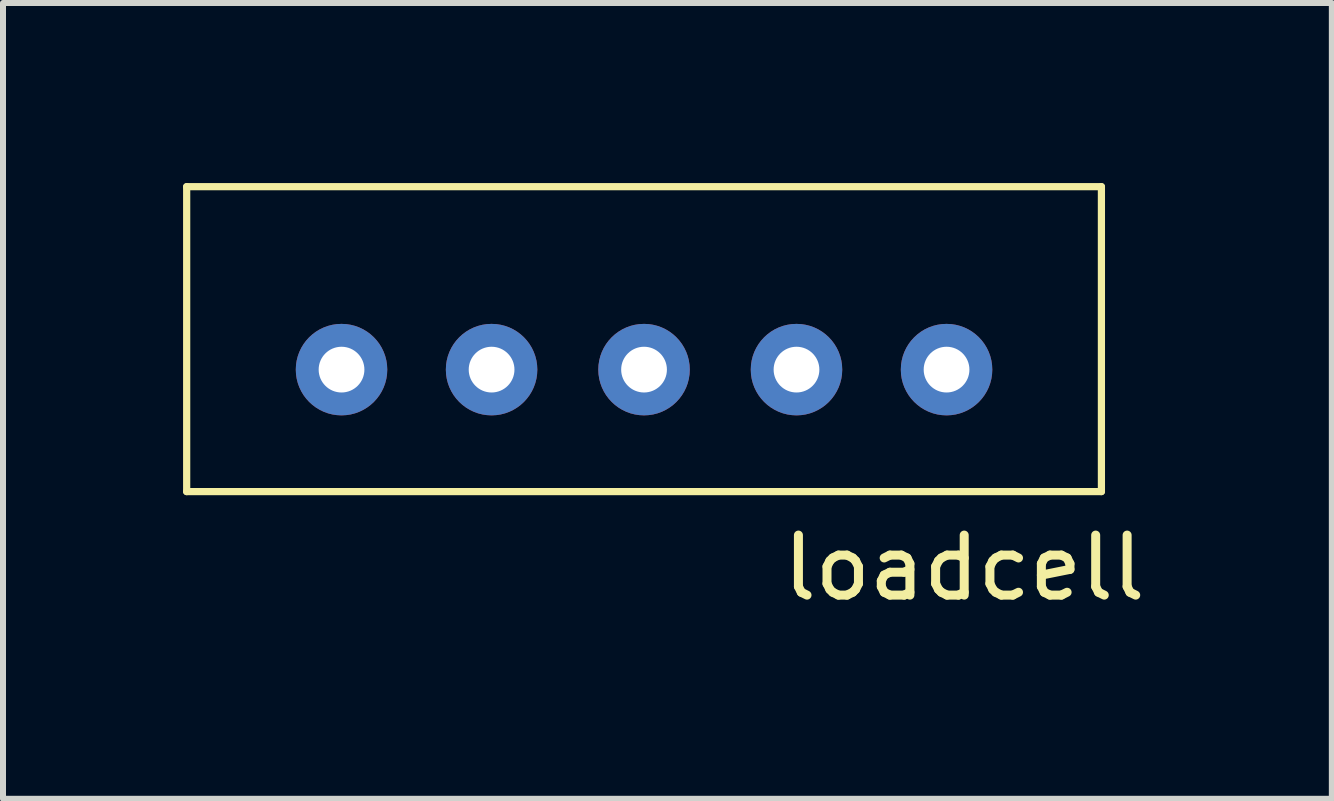
<source format=kicad_pcb>
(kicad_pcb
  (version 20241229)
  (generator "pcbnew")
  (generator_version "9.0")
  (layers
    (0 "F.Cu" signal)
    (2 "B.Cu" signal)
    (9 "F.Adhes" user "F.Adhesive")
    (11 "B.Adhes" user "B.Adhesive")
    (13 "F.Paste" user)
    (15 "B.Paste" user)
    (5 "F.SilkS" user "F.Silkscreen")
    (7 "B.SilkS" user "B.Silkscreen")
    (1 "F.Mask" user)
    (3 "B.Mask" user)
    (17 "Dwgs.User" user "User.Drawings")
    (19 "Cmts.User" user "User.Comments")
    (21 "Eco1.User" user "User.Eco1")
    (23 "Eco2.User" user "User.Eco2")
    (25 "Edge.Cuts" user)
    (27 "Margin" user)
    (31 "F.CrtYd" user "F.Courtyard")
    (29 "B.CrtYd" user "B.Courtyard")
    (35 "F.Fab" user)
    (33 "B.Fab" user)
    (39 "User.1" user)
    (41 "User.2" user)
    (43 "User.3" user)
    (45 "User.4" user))
  (footprint "loadcell"
    (layer "F.Cu")
    (at 7.68 2.6)
    (property "Reference" "loadcell" (at 5.334 3.81 0) (layer "F.SilkS") (effects (font (size 1 1) (thickness 0.15))))
    (attr through_hole)
    (fp_line (start -7.62 -2.54) (end -7.62 2.54) (stroke (width 0.12) (type solid)) (layer "F.SilkS"))
    (fp_line (start -7.62 2.54) (end 7.62 2.54) (stroke (width 0.12) (type solid)) (layer "F.SilkS"))
    (fp_line (start 7.62 -2.54) (end -7.62 -2.54) (stroke (width 0.12) (type solid)) (layer "F.SilkS"))
    (fp_line (start 7.62 2.54) (end 7.62 -2.54) (stroke (width 0.12) (type solid)) (layer "F.SilkS"))
    (pad "1" thru_hole circle (at -5.04 0.508) (size 1.524 1.524) (drill 0.762) (layers "*.Cu" "*.Mask"))
    (pad "2" thru_hole circle (at -2.54 0.508) (size 1.524 1.524) (drill 0.762) (layers "*.Cu" "*.Mask"))
    (pad "3" thru_hole circle (at 0 0.508) (size 1.524 1.524) (drill 0.762) (layers "*.Cu" "*.Mask"))
    (pad "4" thru_hole circle (at 2.54 0.508) (size 1.524 1.524) (drill 0.762) (layers "*.Cu" "*.Mask"))
    (pad "5" thru_hole circle (at 5.04 0.508) (size 1.524 1.524) (drill 0.762) (layers "*.Cu" "*.Mask")))
  (gr_rect
    (start -3 -3)
    (end 19.139 10.258)
    (stroke (width 0.1) (type default))
    (fill no)
    (layer "Edge.Cuts")))
</source>
